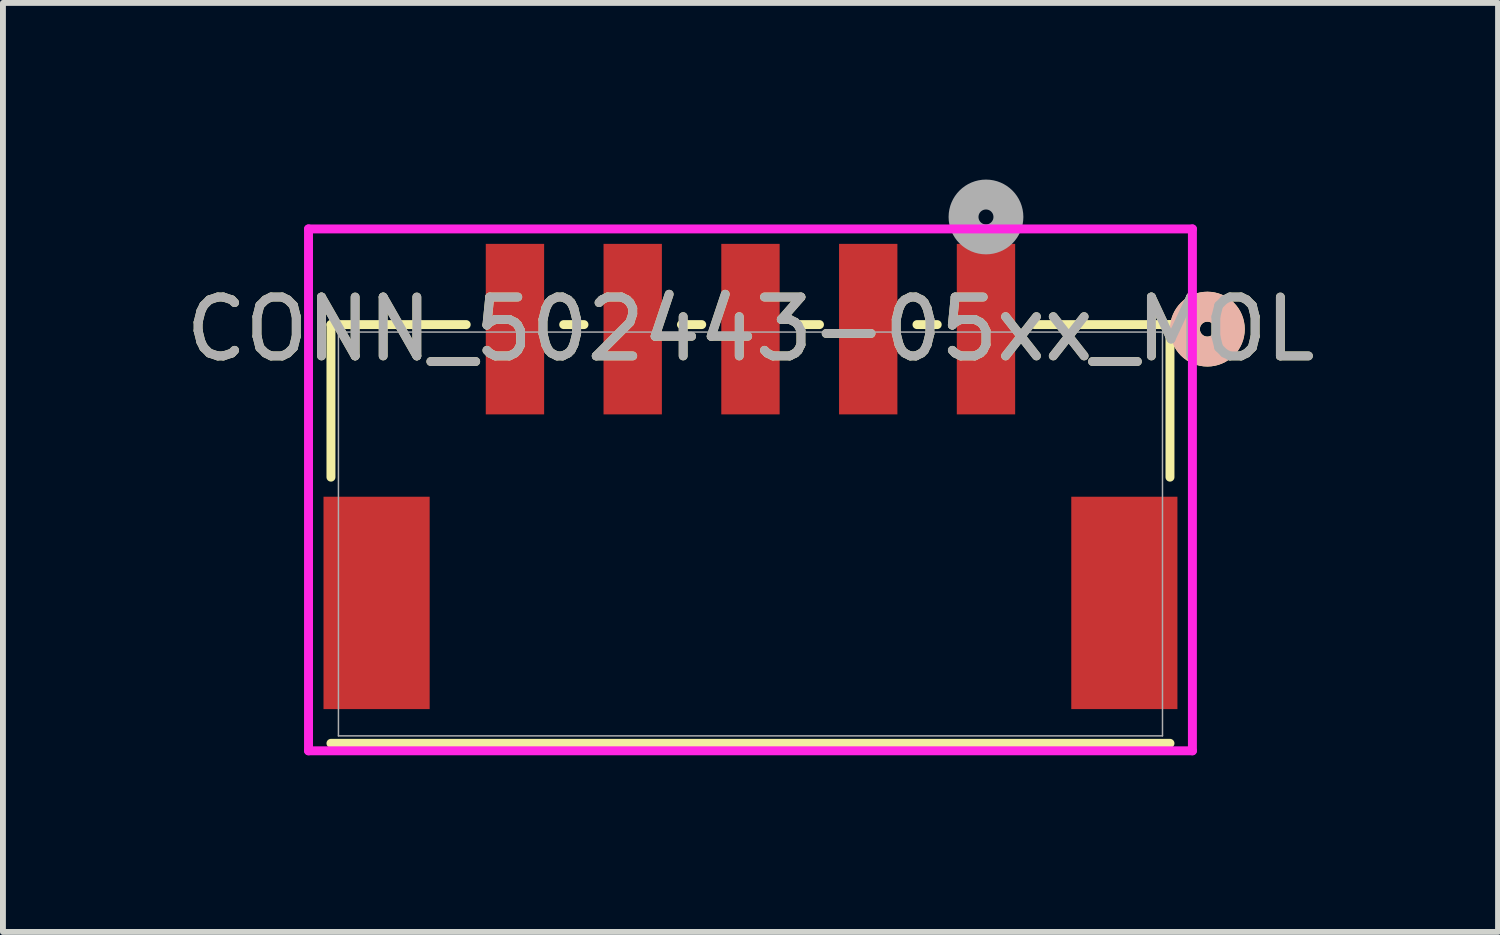
<source format=kicad_pcb>
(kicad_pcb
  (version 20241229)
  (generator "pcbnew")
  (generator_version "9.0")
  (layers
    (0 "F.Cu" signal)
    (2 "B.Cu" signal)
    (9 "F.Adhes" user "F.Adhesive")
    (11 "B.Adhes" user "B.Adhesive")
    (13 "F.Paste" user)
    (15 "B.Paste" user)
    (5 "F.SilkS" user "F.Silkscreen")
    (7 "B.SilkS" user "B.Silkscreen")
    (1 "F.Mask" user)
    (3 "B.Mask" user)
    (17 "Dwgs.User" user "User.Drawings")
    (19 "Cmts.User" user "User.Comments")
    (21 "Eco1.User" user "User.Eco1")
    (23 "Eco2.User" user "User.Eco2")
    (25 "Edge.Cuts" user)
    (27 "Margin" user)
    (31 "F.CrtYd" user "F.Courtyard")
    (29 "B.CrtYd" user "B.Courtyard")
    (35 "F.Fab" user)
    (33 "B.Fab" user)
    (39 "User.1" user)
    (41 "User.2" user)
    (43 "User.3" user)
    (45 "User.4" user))
  (footprint "CONN_502443-05xx_MOL"
    (layer "F.Cu")
    (at 9.696 6.019)
    (property "Reference" "CONN_502443-05xx_MOL" (at 0 -3.479 0) (unlocked yes) (layer "F.SilkS") (effects (font (size 1 1) (thickness 0.15))))
    (attr smd)
    (fp_line (start -7.125 -3.556) (end -7.125 -0.965) (stroke (width 0.152) (type solid)) (layer "F.SilkS"))
    (fp_line (start -7.125 3.556) (end 7.125 3.556) (stroke (width 0.152) (type solid)) (layer "F.SilkS"))
    (fp_line (start -4.828 -3.556) (end -7.125 -3.556) (stroke (width 0.152) (type solid)) (layer "F.SilkS"))
    (fp_line (start -2.828 -3.556) (end -3.172 -3.556) (stroke (width 0.152) (type solid)) (layer "F.SilkS"))
    (fp_line (start -0.828 -3.556) (end -1.172 -3.556) (stroke (width 0.152) (type solid)) (layer "F.SilkS"))
    (fp_line (start 1.172 -3.556) (end 0.828 -3.556) (stroke (width 0.152) (type solid)) (layer "F.SilkS"))
    (fp_line (start 3.172 -3.556) (end 2.828 -3.556) (stroke (width 0.152) (type solid)) (layer "F.SilkS"))
    (fp_line (start 7.125 -3.556) (end 4.828 -3.556) (stroke (width 0.152) (type solid)) (layer "F.SilkS"))
    (fp_line (start 7.125 -0.965) (end 7.125 -3.556) (stroke (width 0.152) (type solid)) (layer "F.SilkS"))
    (fp_circle (center 7.76 -3.479) (end 8.141 -3.479) (stroke (width 0.508) (type solid)) (fill no) (layer "F.SilkS"))
    (fp_circle (center 7.76 -3.479) (end 8.141 -3.479) (stroke (width 0.508) (type solid)) (fill no) (layer "B.SilkS"))
    (fp_line (start -7.506 -5.181) (end -7.506 3.683) (stroke (width 0.152) (type solid)) (layer "F.CrtYd"))
    (fp_line (start -7.506 3.683) (end 7.506 3.683) (stroke (width 0.152) (type solid)) (layer "F.CrtYd"))
    (fp_line (start 7.506 -5.181) (end -7.506 -5.181) (stroke (width 0.152) (type solid)) (layer "F.CrtYd"))
    (fp_line (start 7.506 3.683) (end 7.506 -5.181) (stroke (width 0.152) (type solid)) (layer "F.CrtYd"))
    (fp_line (start -6.998 -3.429) (end -6.998 3.429) (stroke (width 0.025) (type solid)) (layer "F.Fab"))
    (fp_line (start -6.998 3.429) (end 6.998 3.429) (stroke (width 0.025) (type solid)) (layer "F.Fab"))
    (fp_line (start 6.998 -3.429) (end -6.998 -3.429) (stroke (width 0.025) (type solid)) (layer "F.Fab"))
    (fp_line (start 6.998 3.429) (end 6.998 -3.429) (stroke (width 0.025) (type solid)) (layer "F.Fab"))
    (fp_circle (center 4 -5.384) (end 4.381 -5.384) (stroke (width 0.508) (type solid)) (fill no) (layer "F.Fab"))
    (fp_text user "${REFERENCE}" (at 0 -3.479 0) (unlocked yes) (layer "F.Fab") (effects (font (size 1 1) (thickness 0.15))))
    (pad "1" smd rect (at 4 -3.479) (size 0.991 2.896) (layers "F.Cu" "F.Mask" "F.Paste"))
    (pad "2" smd rect (at 2 -3.479) (size 0.991 2.896) (layers "F.Cu" "F.Mask" "F.Paste"))
    (pad "3" smd rect (at 0 -3.479) (size 0.991 2.896) (layers "F.Cu" "F.Mask" "F.Paste"))
    (pad "4" smd rect (at -2 -3.479) (size 0.991 2.896) (layers "F.Cu" "F.Mask" "F.Paste"))
    (pad "5" smd rect (at -4 -3.479) (size 0.991 2.896) (layers "F.Cu" "F.Mask" "F.Paste"))
    (pad "6" smd rect (at -6.35 1.171) (size 1.803 3.607) (layers "F.Cu" "F.Mask" "F.Paste"))
    (pad "7" smd rect (at 6.35 1.171) (size 1.803 3.607) (layers "F.Cu" "F.Mask" "F.Paste")))
  (gr_rect
    (start -3 -3)
    (end 22.393 12.778)
    (stroke (width 0.1) (type default))
    (fill no)
    (layer "Edge.Cuts")))
</source>
